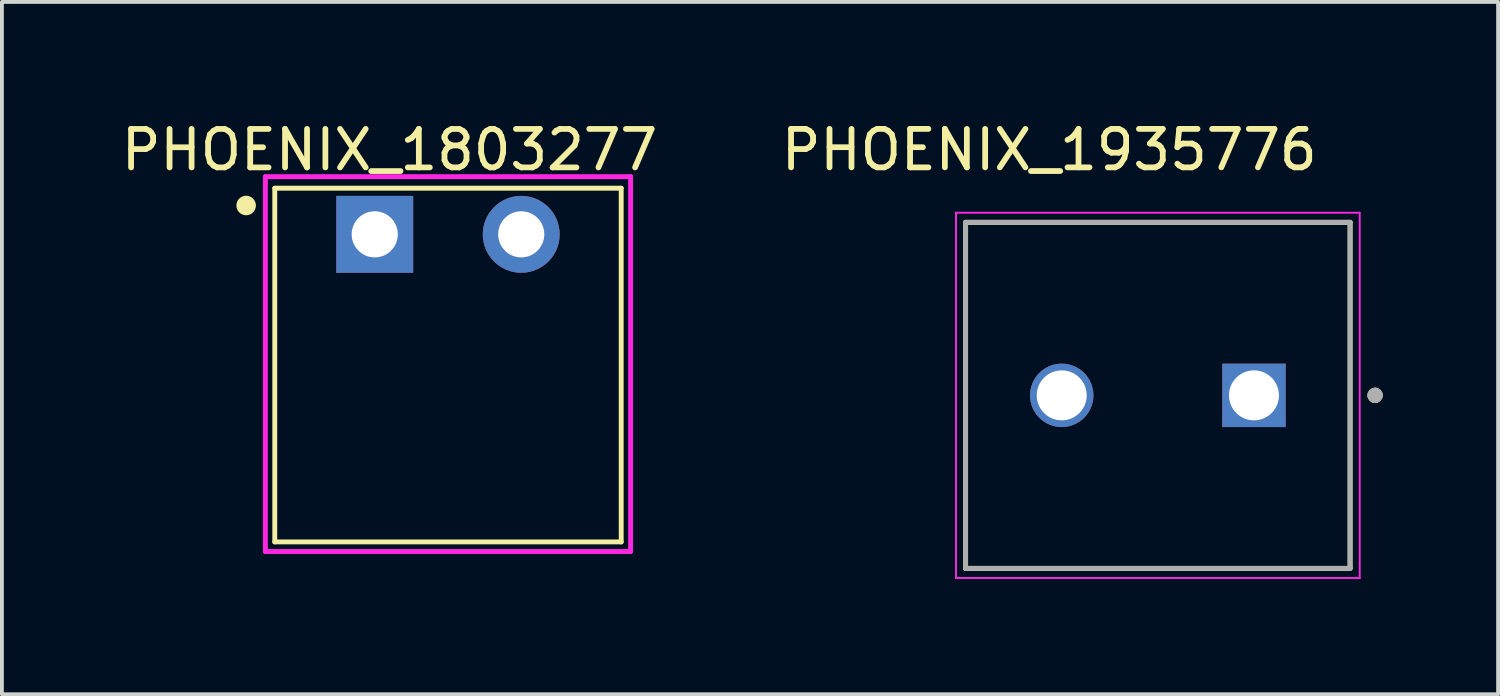
<source format=kicad_pcb>
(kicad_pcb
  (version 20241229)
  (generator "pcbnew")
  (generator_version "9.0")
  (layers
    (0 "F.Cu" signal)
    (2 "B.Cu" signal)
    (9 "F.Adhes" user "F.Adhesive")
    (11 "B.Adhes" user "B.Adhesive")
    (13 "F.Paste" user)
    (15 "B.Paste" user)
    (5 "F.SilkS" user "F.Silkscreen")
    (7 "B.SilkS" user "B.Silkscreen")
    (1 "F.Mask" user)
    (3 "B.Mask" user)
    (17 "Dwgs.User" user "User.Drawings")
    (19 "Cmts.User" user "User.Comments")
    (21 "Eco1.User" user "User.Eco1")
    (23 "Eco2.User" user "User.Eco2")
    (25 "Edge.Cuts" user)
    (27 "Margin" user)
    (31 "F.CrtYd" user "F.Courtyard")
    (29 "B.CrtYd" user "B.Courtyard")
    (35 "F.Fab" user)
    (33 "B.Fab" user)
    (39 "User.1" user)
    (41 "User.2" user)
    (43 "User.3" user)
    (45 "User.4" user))
  (footprint "PHOENIX_1935776"
    (layer "F.Cu")
    (at 27.065 7.233)
    (property "Reference" "PHOENIX_1935776" (at -2.825 -6.385 0) (layer "F.SilkS") (effects (font (size 1 1) (thickness 0.15))))
    (attr through_hole)
    (fp_line (start -5 4.5) (end -5 -4.5) (stroke (width 0.127) (type solid)) (layer "F.SilkS"))
    (fp_line (start 5 -4.5) (end -5 -4.5) (stroke (width 0.127) (type solid)) (layer "F.SilkS"))
    (fp_line (start 5 -4.5) (end 5 4.5) (stroke (width 0.127) (type solid)) (layer "F.SilkS"))
    (fp_line (start 5 4.5) (end -5 4.5) (stroke (width 0.127) (type solid)) (layer "F.SilkS"))
    (fp_circle (center 5.65 0) (end 5.75 0) (stroke (width 0.2) (type solid)) (fill no) (layer "F.SilkS"))
    (fp_line (start -5.25 -4.75) (end 5.25 -4.75) (stroke (width 0.05) (type solid)) (layer "F.CrtYd"))
    (fp_line (start -5.25 4.75) (end -5.25 -4.75) (stroke (width 0.05) (type solid)) (layer "F.CrtYd"))
    (fp_line (start 5.25 -4.75) (end 5.25 4.75) (stroke (width 0.05) (type solid)) (layer "F.CrtYd"))
    (fp_line (start 5.25 4.75) (end -5.25 4.75) (stroke (width 0.05) (type solid)) (layer "F.CrtYd"))
    (fp_line (start -5 -4.5) (end 5 -4.5) (stroke (width 0.127) (type solid)) (layer "F.Fab"))
    (fp_line (start -5 4.5) (end -5 -4.5) (stroke (width 0.127) (type solid)) (layer "F.Fab"))
    (fp_line (start 5 -4.5) (end 5 4.5) (stroke (width 0.127) (type solid)) (layer "F.Fab"))
    (fp_line (start 5 4.5) (end -5 4.5) (stroke (width 0.127) (type solid)) (layer "F.Fab"))
    (fp_circle (center 5.65 0) (end 5.75 0) (stroke (width 0.2) (type solid)) (fill no) (layer "F.Fab"))
    (pad "01" thru_hole rect (at 2.5 0) (size 1.65 1.65) (drill 1.3) (layers "*.Cu" "*.Mask"))
    (pad "02" thru_hole circle (at -2.5 0) (size 1.65 1.65) (drill 1.3) (layers "*.Cu" "*.Mask")))
  (footprint "PHOENIX_1803277"
    (layer "F.Cu")
    (at 8.602 3.045)
    (property "Reference" "PHOENIX_1803277" (at -1.521 -2.196 0) (layer "F.SilkS") (effects (font (size 1.001 1.001) (thickness 0.15))))
    (attr through_hole)
    (fp_line (start -4.505 -1.2) (end 4.505 -1.2) (stroke (width 0.127) (type solid)) (layer "F.SilkS"))
    (fp_line (start -4.505 8) (end -4.505 -1.2) (stroke (width 0.127) (type solid)) (layer "F.SilkS"))
    (fp_line (start 4.505 -1.2) (end 4.505 8) (stroke (width 0.127) (type solid)) (layer "F.SilkS"))
    (fp_line (start 4.505 8) (end -4.505 8) (stroke (width 0.127) (type solid)) (layer "F.SilkS"))
    (fp_circle (center -5.25 -0.75) (end -4.996 -0.75) (stroke (width 0) (type solid)) (fill yes) (layer "F.SilkS"))
    (fp_line (start -4.75 -1.5) (end 4.75 -1.5) (stroke (width 0.127) (type solid)) (layer "F.CrtYd"))
    (fp_line (start -4.75 8.25) (end -4.75 -1.5) (stroke (width 0.127) (type solid)) (layer "F.CrtYd"))
    (fp_line (start 4.75 -1.5) (end 4.75 8.25) (stroke (width 0.127) (type solid)) (layer "F.CrtYd"))
    (fp_line (start 4.75 8.25) (end -4.75 8.25) (stroke (width 0.127) (type solid)) (layer "F.CrtYd"))
    (pad "1" thru_hole rect (at -1.905 0) (size 2 2) (drill 1.2) (layers "*.Cu" "*.Mask"))
    (pad "2" thru_hole circle (at 1.905 0) (size 2 2) (drill 1.2) (layers "*.Cu" "*.Mask")))
  (gr_rect
    (start -3 -3)
    (end 35.915 15.008)
    (stroke (width 0.1) (type default))
    (fill no)
    (layer "Edge.Cuts")))
</source>
